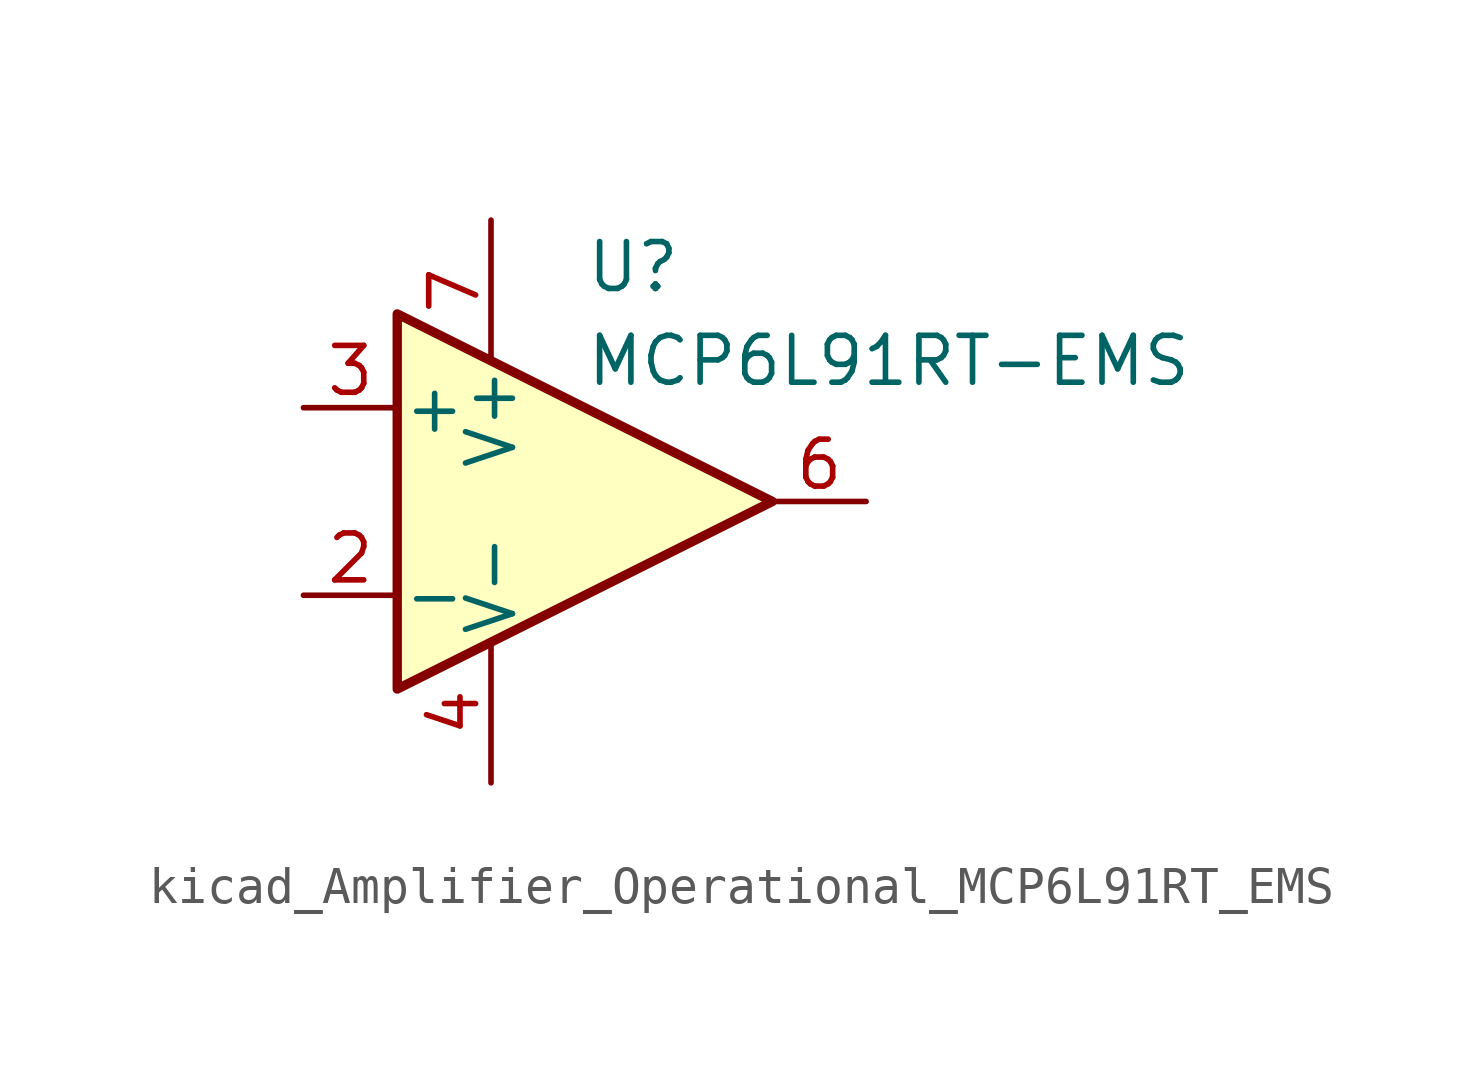
<source format=kicad_sym>
(kicad_symbol_lib
  (version 20220914)
  (generator kicad_symbol_editor)
  (symbol "kicad_Amplifier_Operational_MCP6L91RT_EMS"
    (pin_names
      (offset 0.127))
    (property "Reference" "U"
      (at 0 6.35 0)
      (effects (font (size 1.27 1.27)) (justify left)))
    (property "Value" "MCP6L91RT-EMS"
      (at 0 3.81 0)
      (effects (font (size 1.27 1.27)) (justify left)))
    (symbol "kicad_Amplifier_Operational_MCP6L91RT_EMS_0_1"
      (polyline (pts (xy -5.08 5.08) (xy 5.08 0) (xy -5.08 -5.08) (xy -5.08 5.08)) (stroke (width 0.254) (type default)) (fill (type background))))
    (symbol "kicad_Amplifier_Operational_MCP6L91RT_EMS_1_1"
      (pin no_connect line (at -2.54 2.54 270) (length 2.54) hide (name "NC" (effects (font (size 1.27 1.27)))) (number "1" (effects (font (size 1.27 1.27)))))
      (pin input line (at -7.62 -2.54 0) (length 2.54) (name "-" (effects (font (size 1.27 1.27)))) (number "2" (effects (font (size 1.27 1.27)))))
      (pin input line (at -7.62 2.54 0) (length 2.54) (name "+" (effects (font (size 1.27 1.27)))) (number "3" (effects (font (size 1.27 1.27)))))
      (pin power_in line (at -2.54 -7.62 90) (length 3.81) (name "V-" (effects (font (size 1.27 1.27)))) (number "4" (effects (font (size 1.27 1.27)))))
      (pin no_connect line (at 0 2.54 270) (length 2.54) hide (name "NC" (effects (font (size 1.27 1.27)))) (number "5" (effects (font (size 1.27 1.27)))))
      (pin output line (at 7.62 0 180) (length 2.54) (name "~" (effects (font (size 1.27 1.27)))) (number "6" (effects (font (size 1.27 1.27)))))
      (pin power_in line (at -2.54 7.62 270) (length 3.81) (name "V+" (effects (font (size 1.27 1.27)))) (number "7" (effects (font (size 1.27 1.27)))))
      (pin no_connect line (at 0 -2.54 90) (length 2.54) hide (name "NC" (effects (font (size 1.27 1.27)))) (number "8" (effects (font (size 1.27 1.27))))))))
</source>
